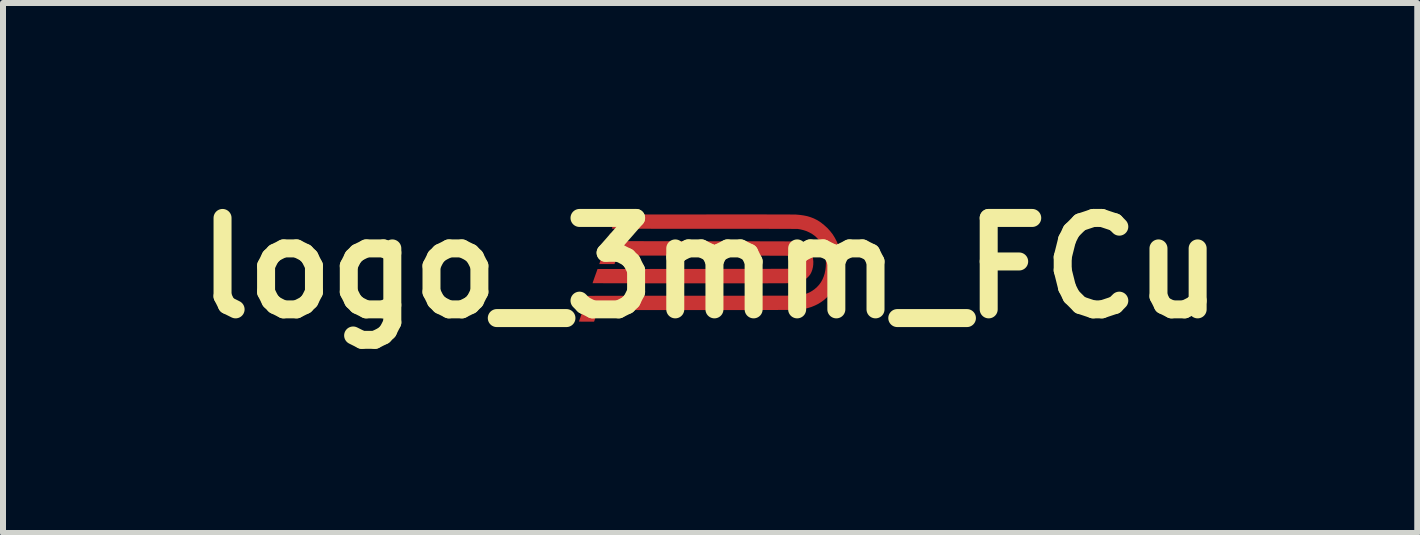
<source format=kicad_pcb>
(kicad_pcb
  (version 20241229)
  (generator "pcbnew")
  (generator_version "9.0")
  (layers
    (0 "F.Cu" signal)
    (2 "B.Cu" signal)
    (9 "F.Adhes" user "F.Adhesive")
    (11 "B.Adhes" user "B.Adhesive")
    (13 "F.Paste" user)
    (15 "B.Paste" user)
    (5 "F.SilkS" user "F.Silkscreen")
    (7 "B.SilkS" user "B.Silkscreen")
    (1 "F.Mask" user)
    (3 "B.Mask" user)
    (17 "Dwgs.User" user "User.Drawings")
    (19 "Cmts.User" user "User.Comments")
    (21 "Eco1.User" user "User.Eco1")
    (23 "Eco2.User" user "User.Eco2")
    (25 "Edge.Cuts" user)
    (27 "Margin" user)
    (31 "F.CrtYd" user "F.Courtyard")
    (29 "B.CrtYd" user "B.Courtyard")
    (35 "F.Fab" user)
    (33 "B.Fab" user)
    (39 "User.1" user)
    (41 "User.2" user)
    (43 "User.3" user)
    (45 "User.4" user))
  (footprint "logo_3mm_FCu"
    (layer "F.Cu")
    (at 8.788 1.418)
    (property "Reference" "logo_3mm_FCu" (at 0 0 0) (layer "F.SilkS") (effects (font (size 1.524 1.524) (thickness 0.3))))
    (attr board_only exclude_from_pos_files exclude_from_bom)
    (fp_poly (pts (xy 0.611 -0.894) (xy 0.707 -0.894) (xy 0.797 -0.894) (xy 0.881 -0.894) (xy 0.959 -0.893) (xy 1.03 -0.893) (xy 1.096 -0.893) (xy 1.157 -0.893) (xy 1.211 -0.893) (xy 1.259 -0.893) (xy 1.301 -0.893) (xy 1.338 -0.892) (xy 1.368 -0.892) (xy 1.393 -0.892) (xy 1.412 -0.892) (xy 1.425 -0.891) (xy 1.432 -0.891) (xy 1.499 -0.885) (xy 1.562 -0.876) (xy 1.621 -0.864) (xy 1.676 -0.847) (xy 1.728 -0.827) (xy 1.778 -0.802) (xy 1.825 -0.774) (xy 1.848 -0.758) (xy 1.904 -0.713) (xy 1.956 -0.666) (xy 2.002 -0.615) (xy 2.044 -0.561) (xy 2.08 -0.503) (xy 2.111 -0.443) (xy 2.138 -0.38) (xy 2.158 -0.315) (xy 2.163 -0.296) (xy 2.17 -0.266) (xy 2.175 -0.238) (xy 2.18 -0.211) (xy 2.182 -0.183) (xy 2.184 -0.154) (xy 2.185 -0.121) (xy 2.185 -0.093) (xy 2.185 -0.061) (xy 2.185 -0.033) (xy 2.183 -0.009) (xy 2.181 0.014) (xy 2.178 0.036) (xy 2.174 0.059) (xy 2.169 0.084) (xy 2.169 0.087) (xy 2.152 0.154) (xy 2.129 0.219) (xy 2.101 0.28) (xy 2.069 0.339) (xy 2.031 0.395) (xy 1.988 0.448) (xy 1.948 0.489) (xy 1.903 0.53) (xy 1.854 0.566) (xy 1.803 0.598) (xy 1.748 0.625) (xy 1.69 0.649) (xy 1.629 0.668) (xy 1.563 0.684) (xy 1.492 0.695) (xy 1.482 0.697) (xy 1.479 0.697) (xy 1.473 0.697) (xy 1.464 0.697) (xy 1.452 0.698) (xy 1.438 0.698) (xy 1.42 0.698) (xy 1.399 0.698) (xy 1.375 0.698) (xy 1.348 0.699) (xy 1.317 0.699) (xy 1.282 0.699) (xy 1.244 0.699) (xy 1.202 0.699) (xy 1.155 0.699) (xy 1.105 0.7) (xy 1.05 0.7) (xy 0.991 0.7) (xy 0.927 0.7) (xy 0.859 0.7) (xy 0.786 0.7) (xy 0.709 0.7) (xy 0.626 0.7) (xy 0.538 0.701) (xy 0.446 0.701) (xy 0.347 0.701) (xy 0.244 0.701) (xy 0.134 0.701) (xy 0.02 0.701) (xy -0.101 0.701) (xy -0.206 0.701) (xy -1.866 0.702) (xy -1.872 0.718) (xy -1.874 0.725) (xy -1.878 0.737) (xy -1.884 0.752) (xy -1.89 0.771) (xy -1.897 0.791) (xy -1.905 0.813) (xy -1.905 0.814) (xy -1.934 0.894) (xy -2.061 0.894) (xy -2.092 0.894) (xy -2.117 0.894) (xy -2.138 0.894) (xy -2.154 0.894) (xy -2.166 0.893) (xy -2.175 0.893) (xy -2.18 0.892) (xy -2.184 0.892) (xy -2.186 0.891) (xy -2.186 0.89) (xy -2.186 0.889) (xy -2.184 0.885) (xy -2.181 0.876) (xy -2.176 0.862) (xy -2.169 0.843) (xy -2.161 0.82) (xy -2.152 0.793) (xy -2.141 0.763) (xy -2.129 0.729) (xy -2.116 0.693) (xy -2.102 0.654) (xy -2.088 0.613) (xy -2.073 0.571) (xy -2.059 0.533) (xy -2.053 0.514) (xy -2.046 0.497) (xy -2.041 0.483) (xy -2.037 0.472) (xy -2.034 0.466) (xy -2.033 0.464) (xy -2.03 0.464) (xy -2.021 0.464) (xy -2.006 0.464) (xy -1.986 0.464) (xy -1.96 0.464) (xy -1.93 0.464) (xy -1.894 0.463) (xy -1.854 0.463) (xy -1.808 0.463) (xy -1.759 0.463) (xy -1.705 0.463) (xy -1.647 0.463) (xy -1.585 0.463) (xy -1.519 0.463) (xy -1.449 0.463) (xy -1.376 0.463) (xy -1.3 0.463) (xy -1.22 0.462) (xy -1.137 0.462) (xy -1.052 0.462) (xy -0.964 0.462) (xy -0.873 0.462) (xy -0.781 0.462) (xy -0.686 0.462) (xy -0.589 0.462) (xy -0.49 0.462) (xy -0.389 0.462) (xy -0.291 0.462) (xy -0.15 0.462) (xy -0.016 0.462) (xy 0.114 0.462) (xy 0.237 0.462) (xy 0.355 0.462) (xy 0.466 0.462) (xy 0.572 0.462) (xy 0.672 0.462) (xy 0.767 0.462) (xy 0.855 0.461) (xy 0.938 0.461) (xy 1.014 0.461) (xy 1.085 0.461) (xy 1.15 0.461) (xy 1.209 0.461) (xy 1.263 0.461) (xy 1.31 0.46) (xy 1.351 0.46) (xy 1.387 0.46) (xy 1.416 0.46) (xy 1.44 0.46) (xy 1.457 0.459) (xy 1.469 0.459) (xy 1.474 0.459) (xy 1.475 0.459) (xy 1.492 0.457) (xy 1.505 0.455) (xy 1.517 0.453) (xy 1.529 0.451) (xy 1.543 0.447) (xy 1.556 0.444) (xy 1.608 0.427) (xy 1.658 0.406) (xy 1.703 0.38) (xy 1.746 0.349) (xy 1.784 0.315) (xy 1.819 0.277) (xy 1.849 0.235) (xy 1.874 0.189) (xy 1.894 0.142) (xy 1.91 0.091) (xy 1.921 0.038) (xy 1.928 -0.018) (xy 1.931 -0.076) (xy 1.93 -0.134) (xy 1.925 -0.19) (xy 1.916 -0.245) (xy 1.914 -0.257) (xy 1.903 -0.296) (xy 1.889 -0.336) (xy 1.872 -0.375) (xy 1.853 -0.41) (xy 1.848 -0.419) (xy 1.819 -0.461) (xy 1.784 -0.5) (xy 1.746 -0.535) (xy 1.703 -0.566) (xy 1.657 -0.592) (xy 1.607 -0.615) (xy 1.555 -0.632) (xy 1.499 -0.645) (xy 1.461 -0.651) (xy 1.456 -0.651) (xy 1.447 -0.651) (xy 1.432 -0.652) (xy 1.411 -0.652) (xy 1.386 -0.652) (xy 1.355 -0.652) (xy 1.319 -0.653) (xy 1.278 -0.653) (xy 1.231 -0.653) (xy 1.179 -0.653) (xy 1.121 -0.653) (xy 1.058 -0.653) (xy 0.989 -0.653) (xy 0.915 -0.654) (xy 0.835 -0.654) (xy 0.749 -0.654) (xy 0.658 -0.654) (xy 0.561 -0.654) (xy 0.458 -0.654) (xy 0.349 -0.654) (xy 0.235 -0.654) (xy 0.114 -0.654) (xy -0.012 -0.654) (xy -0.101 -0.654) (xy -0.197 -0.654) (xy -0.291 -0.654) (xy -0.384 -0.654) (xy -0.474 -0.654) (xy -0.563 -0.654) (xy -0.649 -0.654) (xy -0.733 -0.654) (xy -0.815 -0.654) (xy -0.893 -0.654) (xy -0.969 -0.654) (xy -1.042 -0.655) (xy -1.111 -0.655) (xy -1.177 -0.655) (xy -1.239 -0.655) (xy -1.298 -0.655) (xy -1.352 -0.655) (xy -1.402 -0.655) (xy -1.448 -0.655) (xy -1.49 -0.655) (xy -1.526 -0.655) (xy -1.558 -0.656) (xy -1.585 -0.656) (xy -1.606 -0.656) (xy -1.623 -0.656) (xy -1.633 -0.656) (xy -1.638 -0.656) (xy -1.638 -0.656) (xy -1.637 -0.66) (xy -1.634 -0.668) (xy -1.63 -0.681) (xy -1.624 -0.697) (xy -1.617 -0.717) (xy -1.609 -0.739) (xy -1.601 -0.764) (xy -1.597 -0.776) (xy -1.555 -0.893) (xy -0.088 -0.893) (xy 0.043 -0.894) (xy 0.169 -0.894) (xy 0.288 -0.894) (xy 0.402 -0.894) (xy 0.51 -0.894)) (stroke (width 0) (type solid)) (fill yes) (layer "F.Cu"))
    (fp_poly (pts (xy -1.468 -0.572) (xy -1.449 -0.572) (xy -1.434 -0.572) (xy -1.423 -0.572) (xy -1.417 -0.572) (xy -1.416 -0.571) (xy -1.417 -0.568) (xy -1.42 -0.56) (xy -1.424 -0.548) (xy -1.429 -0.533) (xy -1.435 -0.516) (xy -1.437 -0.51) (xy -1.443 -0.492) (xy -1.449 -0.476) (xy -1.453 -0.463) (xy -1.456 -0.454) (xy -1.458 -0.449) (xy -1.458 -0.449) (xy -1.455 -0.449) (xy -1.446 -0.449) (xy -1.432 -0.448) (xy -1.412 -0.448) (xy -1.387 -0.448) (xy -1.357 -0.448) (xy -1.322 -0.448) (xy -1.282 -0.448) (xy -1.237 -0.448) (xy -1.189 -0.448) (xy -1.136 -0.448) (xy -1.079 -0.447) (xy -1.018 -0.447) (xy -0.954 -0.447) (xy -0.886 -0.447) (xy -0.815 -0.447) (xy -0.741 -0.447) (xy -0.664 -0.447) (xy -0.585 -0.447) (xy -0.503 -0.447) (xy -0.418 -0.447) (xy -0.332 -0.446) (xy -0.243 -0.446) (xy -0.153 -0.446) (xy -0.061 -0.446) (xy -0.02 -0.446) (xy 0.091 -0.446) (xy 0.196 -0.446) (xy 0.296 -0.446) (xy 0.39 -0.446) (xy 0.479 -0.446) (xy 0.562 -0.446) (xy 0.641 -0.446) (xy 0.714 -0.446) (xy 0.783 -0.446) (xy 0.848 -0.445) (xy 0.907 -0.445) (xy 0.963 -0.445) (xy 1.015 -0.445) (xy 1.062 -0.445) (xy 1.106 -0.445) (xy 1.147 -0.445) (xy 1.183 -0.445) (xy 1.217 -0.445) (xy 1.247 -0.444) (xy 1.275 -0.444) (xy 1.3 -0.444) (xy 1.322 -0.444) (xy 1.341 -0.444) (xy 1.358 -0.444) (xy 1.373 -0.443) (xy 1.386 -0.443) (xy 1.398 -0.443) (xy 1.407 -0.443) (xy 1.415 -0.442) (xy 1.422 -0.442) (xy 1.427 -0.442) (xy 1.431 -0.441) (xy 1.435 -0.441) (xy 1.437 -0.441) (xy 1.44 -0.44) (xy 1.44 -0.44) (xy 1.482 -0.429) (xy 1.519 -0.414) (xy 1.552 -0.396) (xy 1.574 -0.382) (xy 1.611 -0.351) (xy 1.642 -0.316) (xy 1.669 -0.28) (xy 1.69 -0.24) (xy 1.706 -0.198) (xy 1.716 -0.154) (xy 1.721 -0.108) (xy 1.72 -0.06) (xy 1.714 -0.011) (xy 1.713 -0.009) (xy 1.703 0.032) (xy 1.689 0.069) (xy 1.672 0.102) (xy 1.649 0.133) (xy 1.622 0.161) (xy 1.59 0.187) (xy 1.555 0.209) (xy 1.515 0.227) (xy 1.471 0.24) (xy 1.423 0.25) (xy 1.421 0.25) (xy 1.418 0.251) (xy 1.414 0.251) (xy 1.409 0.251) (xy 1.403 0.252) (xy 1.396 0.252) (xy 1.387 0.252) (xy 1.376 0.252) (xy 1.363 0.253) (xy 1.349 0.253) (xy 1.332 0.253) (xy 1.313 0.253) (xy 1.291 0.253) (xy 1.267 0.254) (xy 1.24 0.254) (xy 1.211 0.254) (xy 1.178 0.254) (xy 1.142 0.254) (xy 1.103 0.254) (xy 1.06 0.254) (xy 1.014 0.254) (xy 0.964 0.255) (xy 0.91 0.255) (xy 0.852 0.255) (xy 0.79 0.255) (xy 0.724 0.255) (xy 0.653 0.255) (xy 0.577 0.255) (xy 0.497 0.255) (xy 0.412 0.255) (xy 0.322 0.255) (xy 0.226 0.255) (xy 0.126 0.255) (xy 0.02 0.255) (xy -0.092 0.255) (xy -0.21 0.255) (xy -0.284 0.255) (xy -0.397 0.255) (xy -0.507 0.255) (xy -0.615 0.255) (xy -0.719 0.255) (xy -0.819 0.255) (xy -0.917 0.255) (xy -1.01 0.255) (xy -1.1 0.255) (xy -1.187 0.255) (xy -1.269 0.255) (xy -1.348 0.254) (xy -1.422 0.254) (xy -1.492 0.254) (xy -1.558 0.254) (xy -1.619 0.254) (xy -1.676 0.254) (xy -1.727 0.254) (xy -1.774 0.254) (xy -1.816 0.253) (xy -1.853 0.253) (xy -1.885 0.253) (xy -1.911 0.253) (xy -1.931 0.253) (xy -1.946 0.253) (xy -1.956 0.253) (xy -1.959 0.252) (xy -1.959 0.252) (xy -1.958 0.249) (xy -1.955 0.239) (xy -1.95 0.224) (xy -1.943 0.204) (xy -1.934 0.178) (xy -1.923 0.147) (xy -1.91 0.11) (xy -1.895 0.069) (xy -1.877 0.017) (xy -0.237 0.015) (xy -0.118 0.015) (xy -0.006 0.015) (xy 0.101 0.015) (xy 0.203 0.015) (xy 0.299 0.014) (xy 0.39 0.014) (xy 0.476 0.014) (xy 0.556 0.014) (xy 0.632 0.014) (xy 0.704 0.014) (xy 0.771 0.014) (xy 0.833 0.014) (xy 0.891 0.014) (xy 0.946 0.014) (xy 0.996 0.014) (xy 1.042 0.013) (xy 1.085 0.013) (xy 1.125 0.013) (xy 1.161 0.013) (xy 1.194 0.013) (xy 1.224 0.013) (xy 1.251 0.013) (xy 1.275 0.012) (xy 1.297 0.012) (xy 1.316 0.012) (xy 1.333 0.012) (xy 1.348 0.012) (xy 1.361 0.011) (xy 1.372 0.011) (xy 1.382 0.011) (xy 1.39 0.011) (xy 1.397 0.01) (xy 1.402 0.01) (xy 1.406 0.01) (xy 1.41 0.009) (xy 1.412 0.009) (xy 1.414 0.009) (xy 1.416 0.008) (xy 1.417 0.008) (xy 1.434 -0.002) (xy 1.45 -0.015) (xy 1.462 -0.031) (xy 1.464 -0.037) (xy 1.467 -0.044) (xy 1.47 -0.052) (xy 1.471 -0.061) (xy 1.471 -0.073) (xy 1.472 -0.089) (xy 1.471 -0.112) (xy 1.469 -0.13) (xy 1.465 -0.145) (xy 1.459 -0.158) (xy 1.45 -0.17) (xy 1.443 -0.177) (xy 1.429 -0.19) (xy 1.415 -0.198) (xy 1.412 -0.2) (xy 1.41 -0.2) (xy 1.409 -0.201) (xy 1.407 -0.201) (xy 1.405 -0.201) (xy 1.402 -0.202) (xy 1.398 -0.202) (xy 1.393 -0.202) (xy 1.387 -0.203) (xy 1.38 -0.203) (xy 1.371 -0.203) (xy 1.36 -0.203) (xy 1.348 -0.204) (xy 1.334 -0.204) (xy 1.318 -0.204) (xy 1.299 -0.204) (xy 1.278 -0.204) (xy 1.255 -0.205) (xy 1.228 -0.205) (xy 1.199 -0.205) (xy 1.167 -0.205) (xy 1.131 -0.205) (xy 1.092 -0.205) (xy 1.05 -0.205) (xy 1.004 -0.205) (xy 0.954 -0.206) (xy 0.9 -0.206) (xy 0.842 -0.206) (xy 0.78 -0.206) (xy 0.713 -0.206) (xy 0.641 -0.206) (xy 0.565 -0.206) (xy 0.484 -0.206) (xy 0.397 -0.206) (xy 0.306 -0.206) (xy 0.209 -0.206) (xy 0.106 -0.206) (xy -0.002 -0.206) (xy -0.074 -0.206) (xy -1.544 -0.207) (xy -1.563 -0.155) (xy -1.569 -0.137) (xy -1.575 -0.12) (xy -1.581 -0.104) (xy -1.585 -0.091) (xy -1.587 -0.085) (xy -1.594 -0.066) (xy -1.848 -0.066) (xy -1.839 -0.091) (xy -1.837 -0.097) (xy -1.832 -0.109) (xy -1.826 -0.126) (xy -1.819 -0.147) (xy -1.81 -0.171) (xy -1.801 -0.199) (xy -1.79 -0.229) (xy -1.778 -0.262) (xy -1.766 -0.297) (xy -1.753 -0.332) (xy -1.749 -0.344) (xy -1.669 -0.572) (xy -1.542 -0.572) (xy -1.516 -0.572) (xy -1.491 -0.572)) (stroke (width 0) (type solid)) (fill yes) (layer "F.Cu")))
  (gr_rect
    (start -3 -3)
    (end 20.577 5.836)
    (stroke (width 0.1) (type default))
    (fill no)
    (layer "Edge.Cuts")))
</source>
